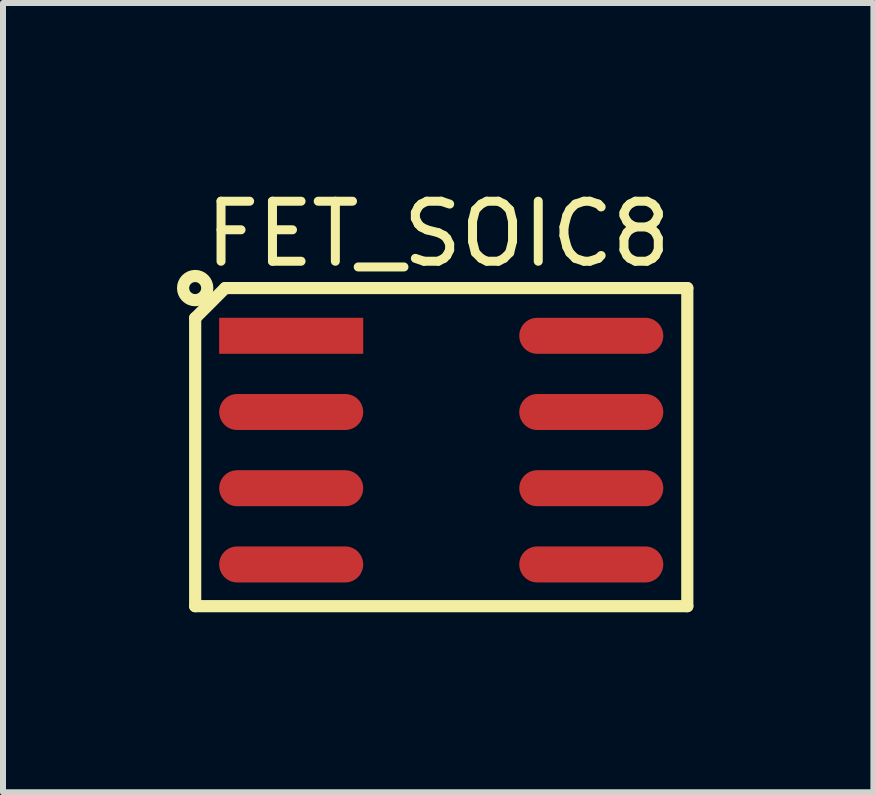
<source format=kicad_pcb>
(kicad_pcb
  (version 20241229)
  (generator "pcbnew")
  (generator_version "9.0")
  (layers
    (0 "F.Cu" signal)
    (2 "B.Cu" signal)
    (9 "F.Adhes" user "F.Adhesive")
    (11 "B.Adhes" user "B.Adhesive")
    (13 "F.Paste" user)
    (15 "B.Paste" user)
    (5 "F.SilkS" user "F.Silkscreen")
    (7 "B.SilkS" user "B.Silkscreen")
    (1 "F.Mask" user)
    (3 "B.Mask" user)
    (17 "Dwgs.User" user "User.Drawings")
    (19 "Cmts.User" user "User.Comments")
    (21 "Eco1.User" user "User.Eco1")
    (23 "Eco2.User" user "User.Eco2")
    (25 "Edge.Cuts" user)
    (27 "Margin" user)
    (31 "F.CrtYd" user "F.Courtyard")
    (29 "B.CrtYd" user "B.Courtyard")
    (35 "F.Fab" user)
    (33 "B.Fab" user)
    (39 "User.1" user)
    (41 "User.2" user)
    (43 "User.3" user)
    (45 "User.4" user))
  (footprint "FET_SOIC8"
    (layer "F.Cu")
    (at 4.302 4.45)
    (property "Reference" "FET_SOIC8" (at -0.05 -3.602 0) (layer "F.SilkS") (effects (font (size 1 1) (thickness 0.15))))
    (fp_line (start -4.1 -2.2) (end -3.6 -2.7) (stroke (width 0.203) (type solid)) (layer "F.SilkS"))
    (fp_line (start -4.1 2.6) (end -4.1 -2.2) (stroke (width 0.203) (type solid)) (layer "F.SilkS"))
    (fp_line (start -4.1 2.6) (end 4.1 2.6) (stroke (width 0.203) (type solid)) (layer "F.SilkS"))
    (fp_line (start -3.6 -2.7) (end 4.1 -2.7) (stroke (width 0.203) (type solid)) (layer "F.SilkS"))
    (fp_line (start 4.1 2.6) (end 4.1 -2.7) (stroke (width 0.203) (type solid)) (layer "F.SilkS"))
    (fp_circle (center -4.1 -2.7) (end -4.1 -2.8) (stroke (width 0.203) (type solid)) (fill no) (layer "F.SilkS"))
    (pad "D" smd oval (at 2.5 -1.905 90) (size 0.6 2.4) (layers "F.Cu" "F.Mask" "F.Paste"))
    (pad "D" smd oval (at 2.5 -0.635 90) (size 0.6 2.4) (layers "F.Cu" "F.Mask" "F.Paste"))
    (pad "D" smd oval (at 2.5 0.635 90) (size 0.6 2.4) (layers "F.Cu" "F.Mask" "F.Paste"))
    (pad "D" smd oval (at 2.5 1.905 90) (size 0.6 2.4) (layers "F.Cu" "F.Mask" "F.Paste"))
    (pad "G" smd oval (at -2.5 1.905 90) (size 0.6 2.4) (layers "F.Cu" "F.Mask" "F.Paste"))
    (pad "S" smd rect (at -2.5 -1.905 90) (size 0.6 2.4) (layers "F.Cu" "F.Mask" "F.Paste"))
    (pad "S" smd oval (at -2.5 -0.635 90) (size 0.6 2.4) (layers "F.Cu" "F.Mask" "F.Paste"))
    (pad "S" smd oval (at -2.5 0.635 90) (size 0.6 2.4) (layers "F.Cu" "F.Mask" "F.Paste")))
  (gr_rect
    (start -3 -3)
    (end 11.503 10.151)
    (stroke (width 0.1) (type default))
    (fill no)
    (layer "Edge.Cuts")))
</source>
